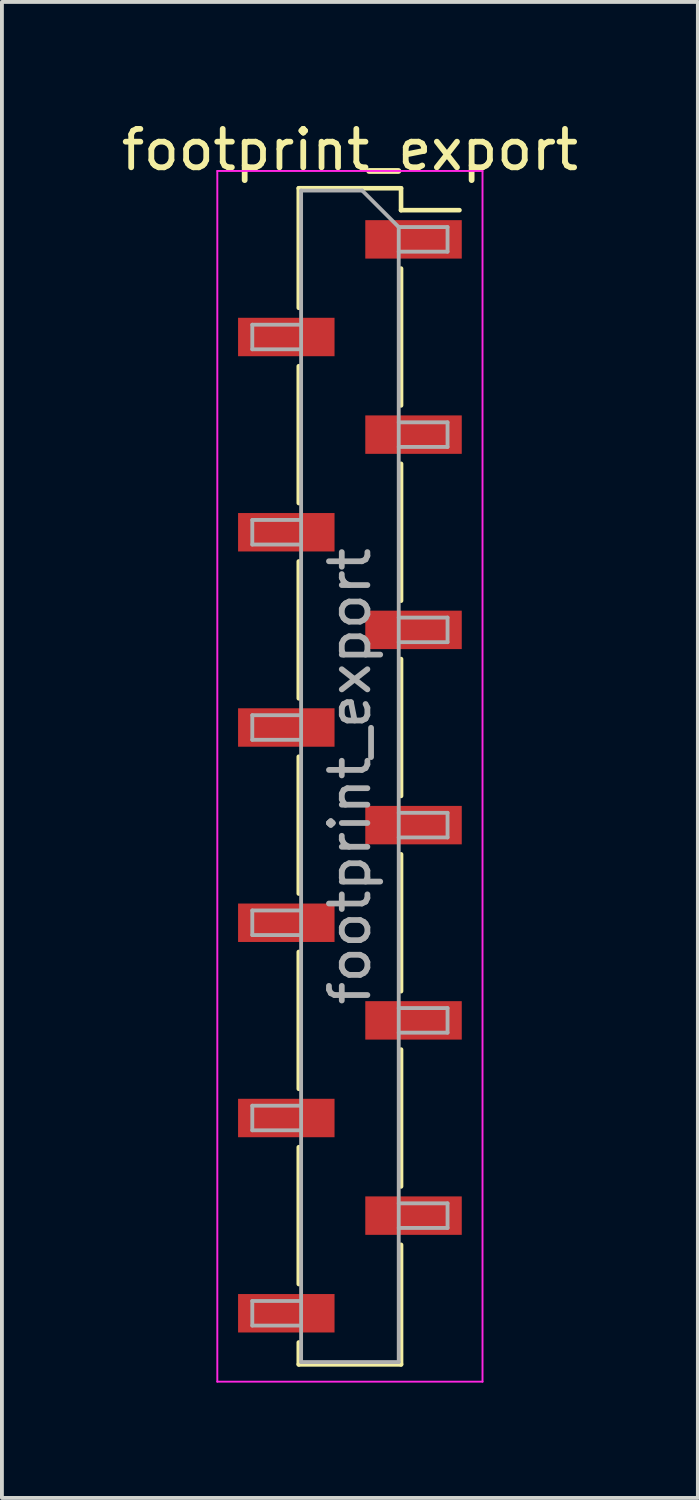
<source format=kicad_pcb>
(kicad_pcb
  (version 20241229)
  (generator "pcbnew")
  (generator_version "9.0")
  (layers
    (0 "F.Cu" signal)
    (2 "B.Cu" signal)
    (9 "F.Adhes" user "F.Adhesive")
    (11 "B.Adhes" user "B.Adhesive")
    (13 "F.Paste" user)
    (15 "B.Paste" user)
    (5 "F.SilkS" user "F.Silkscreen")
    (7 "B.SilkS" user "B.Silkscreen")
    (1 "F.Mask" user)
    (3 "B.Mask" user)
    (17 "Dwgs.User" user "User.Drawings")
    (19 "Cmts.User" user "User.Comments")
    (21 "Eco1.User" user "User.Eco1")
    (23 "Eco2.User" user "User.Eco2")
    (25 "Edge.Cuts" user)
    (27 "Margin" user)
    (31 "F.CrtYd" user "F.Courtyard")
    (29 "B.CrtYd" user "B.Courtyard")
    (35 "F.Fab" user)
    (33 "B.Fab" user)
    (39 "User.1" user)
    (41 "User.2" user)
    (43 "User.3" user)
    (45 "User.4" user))
  (footprint "footprint_export"
    (layer "F.Cu")
    (at 6.054 17.148)
    (property "Reference" "footprint_export" (at 0 -16.3 0) (layer "F.SilkS") (effects (font (size 1 1) (thickness 0.15))))
    (attr smd)
    (fp_line (start -1.33 -15.3) (end -1.33 -12.19) (stroke (width 0.12) (type solid)) (layer "F.SilkS"))
    (fp_line (start -1.33 -15.3) (end 1.33 -15.3) (stroke (width 0.12) (type solid)) (layer "F.SilkS"))
    (fp_line (start -1.33 -10.67) (end -1.33 -7.11) (stroke (width 0.12) (type solid)) (layer "F.SilkS"))
    (fp_line (start -1.33 -5.59) (end -1.33 -2.03) (stroke (width 0.12) (type solid)) (layer "F.SilkS"))
    (fp_line (start -1.33 -0.51) (end -1.33 3.05) (stroke (width 0.12) (type solid)) (layer "F.SilkS"))
    (fp_line (start -1.33 4.57) (end -1.33 8.13) (stroke (width 0.12) (type solid)) (layer "F.SilkS"))
    (fp_line (start -1.33 9.65) (end -1.33 13.21) (stroke (width 0.12) (type solid)) (layer "F.SilkS"))
    (fp_line (start -1.33 14.73) (end -1.33 15.3) (stroke (width 0.12) (type solid)) (layer "F.SilkS"))
    (fp_line (start -1.33 15.3) (end 1.33 15.3) (stroke (width 0.12) (type solid)) (layer "F.SilkS"))
    (fp_line (start 1.33 -15.3) (end 1.33 -14.73) (stroke (width 0.12) (type solid)) (layer "F.SilkS"))
    (fp_line (start 1.33 -14.73) (end 2.85 -14.73) (stroke (width 0.12) (type solid)) (layer "F.SilkS"))
    (fp_line (start 1.33 -13.21) (end 1.33 -9.65) (stroke (width 0.12) (type solid)) (layer "F.SilkS"))
    (fp_line (start 1.33 -8.13) (end 1.33 -4.57) (stroke (width 0.12) (type solid)) (layer "F.SilkS"))
    (fp_line (start 1.33 -3.05) (end 1.33 0.51) (stroke (width 0.12) (type solid)) (layer "F.SilkS"))
    (fp_line (start 1.33 2.03) (end 1.33 5.59) (stroke (width 0.12) (type solid)) (layer "F.SilkS"))
    (fp_line (start 1.33 7.11) (end 1.33 10.67) (stroke (width 0.12) (type solid)) (layer "F.SilkS"))
    (fp_line (start 1.33 12.19) (end 1.33 15.3) (stroke (width 0.12) (type solid)) (layer "F.SilkS"))
    (fp_line (start -3.45 -15.75) (end -3.45 15.75) (stroke (width 0.05) (type solid)) (layer "F.CrtYd"))
    (fp_line (start -3.45 15.75) (end 3.45 15.75) (stroke (width 0.05) (type solid)) (layer "F.CrtYd"))
    (fp_line (start 3.45 -15.75) (end -3.45 -15.75) (stroke (width 0.05) (type solid)) (layer "F.CrtYd"))
    (fp_line (start 3.45 15.75) (end 3.45 -15.75) (stroke (width 0.05) (type solid)) (layer "F.CrtYd"))
    (fp_line (start -2.54 -11.75) (end -2.54 -11.11) (stroke (width 0.1) (type solid)) (layer "F.Fab"))
    (fp_line (start -2.54 -11.11) (end -1.27 -11.11) (stroke (width 0.1) (type solid)) (layer "F.Fab"))
    (fp_line (start -2.54 -6.67) (end -2.54 -6.03) (stroke (width 0.1) (type solid)) (layer "F.Fab"))
    (fp_line (start -2.54 -6.03) (end -1.27 -6.03) (stroke (width 0.1) (type solid)) (layer "F.Fab"))
    (fp_line (start -2.54 -1.59) (end -2.54 -0.95) (stroke (width 0.1) (type solid)) (layer "F.Fab"))
    (fp_line (start -2.54 -0.95) (end -1.27 -0.95) (stroke (width 0.1) (type solid)) (layer "F.Fab"))
    (fp_line (start -2.54 3.49) (end -2.54 4.13) (stroke (width 0.1) (type solid)) (layer "F.Fab"))
    (fp_line (start -2.54 4.13) (end -1.27 4.13) (stroke (width 0.1) (type solid)) (layer "F.Fab"))
    (fp_line (start -2.54 8.57) (end -2.54 9.21) (stroke (width 0.1) (type solid)) (layer "F.Fab"))
    (fp_line (start -2.54 9.21) (end -1.27 9.21) (stroke (width 0.1) (type solid)) (layer "F.Fab"))
    (fp_line (start -2.54 13.65) (end -2.54 14.29) (stroke (width 0.1) (type solid)) (layer "F.Fab"))
    (fp_line (start -2.54 14.29) (end -1.27 14.29) (stroke (width 0.1) (type solid)) (layer "F.Fab"))
    (fp_line (start -1.27 -15.24) (end -1.27 15.24) (stroke (width 0.1) (type solid)) (layer "F.Fab"))
    (fp_line (start -1.27 -15.24) (end 0.32 -15.24) (stroke (width 0.1) (type solid)) (layer "F.Fab"))
    (fp_line (start -1.27 -11.75) (end -2.54 -11.75) (stroke (width 0.1) (type solid)) (layer "F.Fab"))
    (fp_line (start -1.27 -6.67) (end -2.54 -6.67) (stroke (width 0.1) (type solid)) (layer "F.Fab"))
    (fp_line (start -1.27 -1.59) (end -2.54 -1.59) (stroke (width 0.1) (type solid)) (layer "F.Fab"))
    (fp_line (start -1.27 3.49) (end -2.54 3.49) (stroke (width 0.1) (type solid)) (layer "F.Fab"))
    (fp_line (start -1.27 8.57) (end -2.54 8.57) (stroke (width 0.1) (type solid)) (layer "F.Fab"))
    (fp_line (start -1.27 13.65) (end -2.54 13.65) (stroke (width 0.1) (type solid)) (layer "F.Fab"))
    (fp_line (start 1.27 -14.29) (end 0.32 -15.24) (stroke (width 0.1) (type solid)) (layer "F.Fab"))
    (fp_line (start 1.27 -14.29) (end 2.54 -14.29) (stroke (width 0.1) (type solid)) (layer "F.Fab"))
    (fp_line (start 1.27 -9.21) (end 2.54 -9.21) (stroke (width 0.1) (type solid)) (layer "F.Fab"))
    (fp_line (start 1.27 -4.13) (end 2.54 -4.13) (stroke (width 0.1) (type solid)) (layer "F.Fab"))
    (fp_line (start 1.27 0.95) (end 2.54 0.95) (stroke (width 0.1) (type solid)) (layer "F.Fab"))
    (fp_line (start 1.27 6.03) (end 2.54 6.03) (stroke (width 0.1) (type solid)) (layer "F.Fab"))
    (fp_line (start 1.27 11.11) (end 2.54 11.11) (stroke (width 0.1) (type solid)) (layer "F.Fab"))
    (fp_line (start 1.27 15.24) (end -1.27 15.24) (stroke (width 0.1) (type solid)) (layer "F.Fab"))
    (fp_line (start 1.27 15.24) (end 1.27 -14.29) (stroke (width 0.1) (type solid)) (layer "F.Fab"))
    (fp_line (start 2.54 -14.29) (end 2.54 -13.65) (stroke (width 0.1) (type solid)) (layer "F.Fab"))
    (fp_line (start 2.54 -13.65) (end 1.27 -13.65) (stroke (width 0.1) (type solid)) (layer "F.Fab"))
    (fp_line (start 2.54 -9.21) (end 2.54 -8.57) (stroke (width 0.1) (type solid)) (layer "F.Fab"))
    (fp_line (start 2.54 -8.57) (end 1.27 -8.57) (stroke (width 0.1) (type solid)) (layer "F.Fab"))
    (fp_line (start 2.54 -4.13) (end 2.54 -3.49) (stroke (width 0.1) (type solid)) (layer "F.Fab"))
    (fp_line (start 2.54 -3.49) (end 1.27 -3.49) (stroke (width 0.1) (type solid)) (layer "F.Fab"))
    (fp_line (start 2.54 0.95) (end 2.54 1.59) (stroke (width 0.1) (type solid)) (layer "F.Fab"))
    (fp_line (start 2.54 1.59) (end 1.27 1.59) (stroke (width 0.1) (type solid)) (layer "F.Fab"))
    (fp_line (start 2.54 6.03) (end 2.54 6.67) (stroke (width 0.1) (type solid)) (layer "F.Fab"))
    (fp_line (start 2.54 6.67) (end 1.27 6.67) (stroke (width 0.1) (type solid)) (layer "F.Fab"))
    (fp_line (start 2.54 11.11) (end 2.54 11.75) (stroke (width 0.1) (type solid)) (layer "F.Fab"))
    (fp_line (start 2.54 11.75) (end 1.27 11.75) (stroke (width 0.1) (type solid)) (layer "F.Fab"))
    (fp_text user "${REFERENCE}" (at 0 0 90) (layer "F.Fab") (effects (font (size 1 1) (thickness 0.15))))
    (pad "1" smd rect (at 1.655 -13.97) (size 2.51 1) (layers "F.Cu" "F.Mask" "F.Paste"))
    (pad "2" smd rect (at -1.655 -11.43) (size 2.51 1) (layers "F.Cu" "F.Mask" "F.Paste"))
    (pad "3" smd rect (at 1.655 -8.89) (size 2.51 1) (layers "F.Cu" "F.Mask" "F.Paste"))
    (pad "4" smd rect (at -1.655 -6.35) (size 2.51 1) (layers "F.Cu" "F.Mask" "F.Paste"))
    (pad "5" smd rect (at 1.655 -3.81) (size 2.51 1) (layers "F.Cu" "F.Mask" "F.Paste"))
    (pad "6" smd rect (at -1.655 -1.27) (size 2.51 1) (layers "F.Cu" "F.Mask" "F.Paste"))
    (pad "7" smd rect (at 1.655 1.27) (size 2.51 1) (layers "F.Cu" "F.Mask" "F.Paste"))
    (pad "8" smd rect (at -1.655 3.81) (size 2.51 1) (layers "F.Cu" "F.Mask" "F.Paste"))
    (pad "9" smd rect (at 1.655 6.35) (size 2.51 1) (layers "F.Cu" "F.Mask" "F.Paste"))
    (pad "10" smd rect (at -1.655 8.89) (size 2.51 1) (layers "F.Cu" "F.Mask" "F.Paste"))
    (pad "11" smd rect (at 1.655 11.43) (size 2.51 1) (layers "F.Cu" "F.Mask" "F.Paste"))
    (pad "12" smd rect (at -1.655 13.97) (size 2.51 1) (layers "F.Cu" "F.Mask" "F.Paste")))
  (gr_rect
    (start -3 -3)
    (end 15.107 35.923)
    (stroke (width 0.1) (type default))
    (fill no)
    (layer "Edge.Cuts")))
</source>
